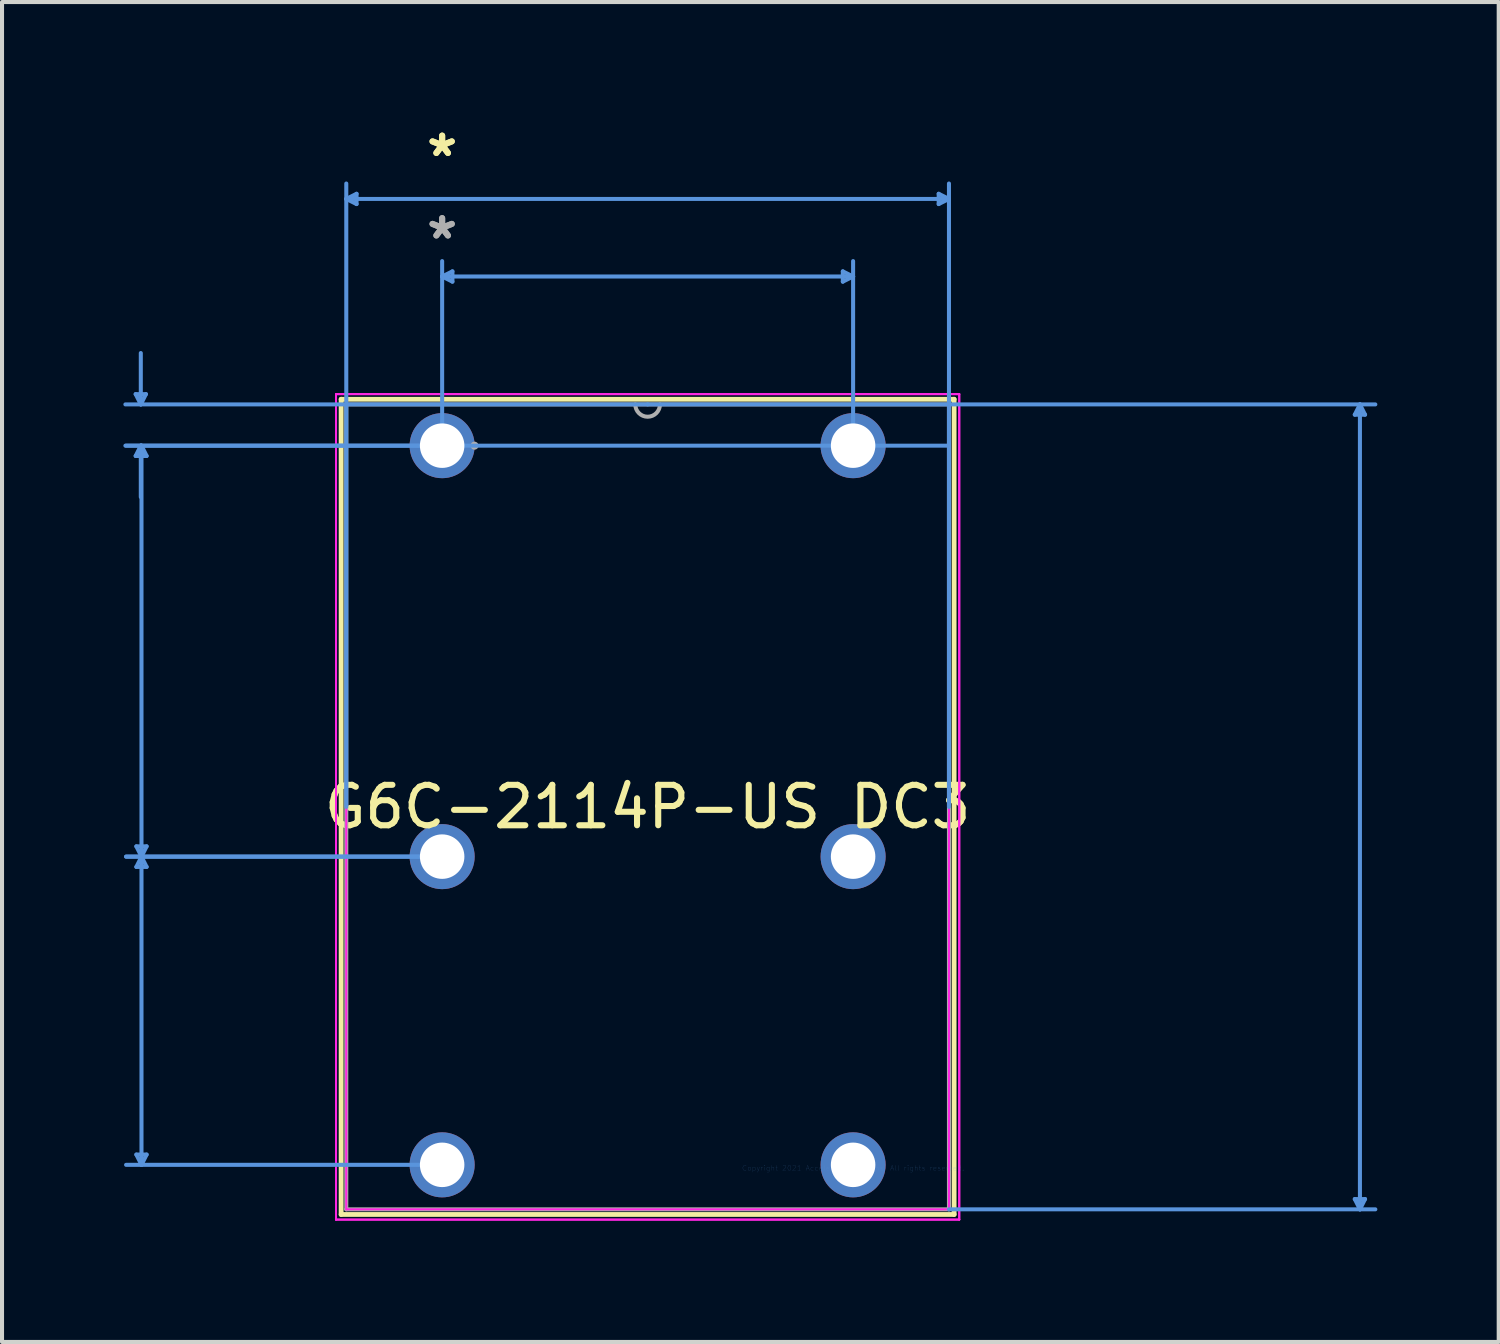
<source format=kicad_pcb>
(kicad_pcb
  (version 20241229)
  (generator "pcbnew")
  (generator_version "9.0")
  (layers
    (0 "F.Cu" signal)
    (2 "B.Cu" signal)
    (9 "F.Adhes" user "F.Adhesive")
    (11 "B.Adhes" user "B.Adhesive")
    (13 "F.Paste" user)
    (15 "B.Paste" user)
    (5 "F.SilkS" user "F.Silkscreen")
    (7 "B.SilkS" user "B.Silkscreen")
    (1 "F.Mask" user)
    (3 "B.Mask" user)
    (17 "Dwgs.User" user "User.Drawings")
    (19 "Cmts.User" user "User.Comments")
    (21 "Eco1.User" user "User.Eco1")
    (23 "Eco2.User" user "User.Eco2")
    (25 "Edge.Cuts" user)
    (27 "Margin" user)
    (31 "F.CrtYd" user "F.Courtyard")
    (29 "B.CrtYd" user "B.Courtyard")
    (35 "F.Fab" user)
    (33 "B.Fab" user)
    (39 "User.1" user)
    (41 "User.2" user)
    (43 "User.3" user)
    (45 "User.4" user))
  (footprint "G6C-2114P-US DC3"
    (layer "F.Cu")
    (at 18.041 25.828)
    (property "Reference" "G6C-2114P-US DC3" (at -5.08 -8.93 0) (layer "F.SilkS") (effects (font (size 1 1) (thickness 0.15))))
    (attr through_hole)
    (fp_line (start -12.657 -19.007) (end -12.657 1.147) (stroke (width 0.12) (type solid)) (layer "F.SilkS"))
    (fp_line (start -12.657 1.147) (end 2.497 1.147) (stroke (width 0.12) (type solid)) (layer "F.SilkS"))
    (fp_line (start 2.497 -19.007) (end -12.657 -19.007) (stroke (width 0.12) (type solid)) (layer "F.SilkS"))
    (fp_line (start 2.497 1.147) (end 2.497 -19.007) (stroke (width 0.12) (type solid)) (layer "F.SilkS"))
    (fp_line (start -17.737 -19.134) (end -17.483 -19.134) (stroke (width 0.1) (type solid)) (layer "Cmts.User"))
    (fp_line (start -17.737 -17.606) (end -17.483 -17.606) (stroke (width 0.1) (type solid)) (layer "Cmts.User"))
    (fp_line (start -17.72 -7.954) (end -17.593 -7.7) (stroke (width 0.1) (type solid)) (layer "Cmts.User"))
    (fp_line (start -17.72 -0.334) (end -17.593 -0.08) (stroke (width 0.1) (type solid)) (layer "Cmts.User"))
    (fp_line (start -17.72 -17.606) (end -17.593 -17.86) (stroke (width 0.1) (type solid)) (layer "Cmts.User"))
    (fp_line (start -17.72 -17.606) (end -17.466 -17.606) (stroke (width 0.1) (type solid)) (layer "Cmts.User"))
    (fp_line (start -17.72 -7.446) (end -17.593 -7.7) (stroke (width 0.1) (type solid)) (layer "Cmts.User"))
    (fp_line (start -17.72 -7.446) (end -17.466 -7.446) (stroke (width 0.1) (type solid)) (layer "Cmts.User"))
    (fp_line (start -17.61 -18.88) (end -17.737 -19.134) (stroke (width 0.1) (type solid)) (layer "Cmts.User"))
    (fp_line (start -17.61 -18.88) (end -17.61 -20.15) (stroke (width 0.1) (type solid)) (layer "Cmts.User"))
    (fp_line (start -17.61 -18.88) (end -17.483 -19.134) (stroke (width 0.1) (type solid)) (layer "Cmts.User"))
    (fp_line (start -17.61 -17.86) (end -17.737 -17.606) (stroke (width 0.1) (type solid)) (layer "Cmts.User"))
    (fp_line (start -17.61 -17.86) (end -17.61 -16.59) (stroke (width 0.1) (type solid)) (layer "Cmts.User"))
    (fp_line (start -17.61 -17.86) (end -17.483 -17.606) (stroke (width 0.1) (type solid)) (layer "Cmts.User"))
    (fp_line (start -17.593 -17.86) (end -17.593 -7.7) (stroke (width 0.1) (type solid)) (layer "Cmts.User"))
    (fp_line (start -17.593 -7.7) (end -17.593 -0.08) (stroke (width 0.1) (type solid)) (layer "Cmts.User"))
    (fp_line (start -17.466 -7.954) (end -17.72 -7.954) (stroke (width 0.1) (type solid)) (layer "Cmts.User"))
    (fp_line (start -17.466 -7.954) (end -17.593 -7.7) (stroke (width 0.1) (type solid)) (layer "Cmts.User"))
    (fp_line (start -17.466 -0.334) (end -17.72 -0.334) (stroke (width 0.1) (type solid)) (layer "Cmts.User"))
    (fp_line (start -17.466 -0.334) (end -17.593 -0.08) (stroke (width 0.1) (type solid)) (layer "Cmts.User"))
    (fp_line (start -17.466 -17.606) (end -17.593 -17.86) (stroke (width 0.1) (type solid)) (layer "Cmts.User"))
    (fp_line (start -17.466 -7.446) (end -17.593 -7.7) (stroke (width 0.1) (type solid)) (layer "Cmts.User"))
    (fp_line (start -12.53 -23.96) (end -12.276 -24.087) (stroke (width 0.1) (type solid)) (layer "Cmts.User"))
    (fp_line (start -12.53 -23.96) (end -12.276 -23.833) (stroke (width 0.1) (type solid)) (layer "Cmts.User"))
    (fp_line (start -12.53 -23.96) (end 2.37 -23.96) (stroke (width 0.1) (type solid)) (layer "Cmts.User"))
    (fp_line (start -12.53 -8.93) (end -12.53 -24.341) (stroke (width 0.1) (type solid)) (layer "Cmts.User"))
    (fp_line (start -12.276 -24.087) (end -12.276 -23.833) (stroke (width 0.1) (type solid)) (layer "Cmts.User"))
    (fp_line (start -10.16 -22.042) (end -0.000015 -22.042) (stroke (width 0.1) (type solid)) (layer "Cmts.User"))
    (fp_line (start -10.16 -17.86) (end -17.974 -17.86) (stroke (width 0.1) (type solid)) (layer "Cmts.User"))
    (fp_line (start -10.16 -17.86) (end -10.16 -22.423) (stroke (width 0.1) (type solid)) (layer "Cmts.User"))
    (fp_line (start -10.16 -7.7) (end -17.974 -7.7) (stroke (width 0.1) (type solid)) (layer "Cmts.User"))
    (fp_line (start -10.16 -7.7) (end -17.974 -7.7) (stroke (width 0.1) (type solid)) (layer "Cmts.User"))
    (fp_line (start -10.16 -0.08) (end -17.974 -0.08) (stroke (width 0.1) (type solid)) (layer "Cmts.User"))
    (fp_line (start -9.906 -22.169) (end -10.16 -22.042) (stroke (width 0.1) (type solid)) (layer "Cmts.User"))
    (fp_line (start -9.906 -21.915) (end -10.16 -22.042) (stroke (width 0.1) (type solid)) (layer "Cmts.User"))
    (fp_line (start -9.906 -21.915) (end -9.906 -22.169) (stroke (width 0.1) (type solid)) (layer "Cmts.User"))
    (fp_line (start -5.08 -18.88) (end -17.991 -18.88) (stroke (width 0.1) (type solid)) (layer "Cmts.User"))
    (fp_line (start -5.08 -18.88) (end 12.911 -18.88) (stroke (width 0.1) (type solid)) (layer "Cmts.User"))
    (fp_line (start -0.254 -22.169) (end -0.254 -21.915) (stroke (width 0.1) (type solid)) (layer "Cmts.User"))
    (fp_line (start -0.254 -22.169) (end -0.000015 -22.042) (stroke (width 0.1) (type solid)) (layer "Cmts.User"))
    (fp_line (start -0.254 -21.915) (end -0.000015 -22.042) (stroke (width 0.1) (type solid)) (layer "Cmts.User"))
    (fp_line (start 0 -17.86) (end -0.000017 -22.423) (stroke (width 0.1) (type solid)) (layer "Cmts.User"))
    (fp_line (start 2.116 -24.087) (end 2.116 -23.833) (stroke (width 0.1) (type solid)) (layer "Cmts.User"))
    (fp_line (start 2.37 -23.96) (end 2.116 -24.087) (stroke (width 0.1) (type solid)) (layer "Cmts.User"))
    (fp_line (start 2.37 -23.96) (end 2.116 -23.833) (stroke (width 0.1) (type solid)) (layer "Cmts.User"))
    (fp_line (start 2.37 -17.86) (end -17.991 -17.86) (stroke (width 0.1) (type solid)) (layer "Cmts.User"))
    (fp_line (start 2.37 -8.93) (end 2.37 -24.341) (stroke (width 0.1) (type solid)) (layer "Cmts.User"))
    (fp_line (start 2.37 1.02) (end 12.911 1.02) (stroke (width 0.1) (type solid)) (layer "Cmts.User"))
    (fp_line (start 12.403 -18.626) (end 12.657 -18.626) (stroke (width 0.1) (type solid)) (layer "Cmts.User"))
    (fp_line (start 12.403 0.766) (end 12.657 0.766) (stroke (width 0.1) (type solid)) (layer "Cmts.User"))
    (fp_line (start 12.53 -18.88) (end 12.403 -18.626) (stroke (width 0.1) (type solid)) (layer "Cmts.User"))
    (fp_line (start 12.53 -18.88) (end 12.53 1.02) (stroke (width 0.1) (type solid)) (layer "Cmts.User"))
    (fp_line (start 12.53 -18.88) (end 12.657 -18.626) (stroke (width 0.1) (type solid)) (layer "Cmts.User"))
    (fp_line (start 12.53 1.02) (end 12.403 0.766) (stroke (width 0.1) (type solid)) (layer "Cmts.User"))
    (fp_line (start 12.53 1.02) (end 12.657 0.766) (stroke (width 0.1) (type solid)) (layer "Cmts.User"))
    (fp_line (start -12.784 -19.134) (end 2.624 -19.134) (stroke (width 0.05) (type solid)) (layer "F.CrtYd"))
    (fp_line (start -12.784 -19.134) (end 2.624 -19.134) (stroke (width 0.05) (type solid)) (layer "F.CrtYd"))
    (fp_line (start -12.784 1.274) (end -12.784 -19.134) (stroke (width 0.05) (type solid)) (layer "F.CrtYd"))
    (fp_line (start -12.784 1.274) (end -12.784 -19.134) (stroke (width 0.05) (type solid)) (layer "F.CrtYd"))
    (fp_line (start -12.53 -18.88) (end 2.37 -18.88) (stroke (width 0.05) (type solid)) (layer "F.CrtYd"))
    (fp_line (start -12.53 1.02) (end -12.53 -18.88) (stroke (width 0.05) (type solid)) (layer "F.CrtYd"))
    (fp_line (start 2.37 -18.88) (end 2.37 1.02) (stroke (width 0.05) (type solid)) (layer "F.CrtYd"))
    (fp_line (start 2.37 1.02) (end -12.53 1.02) (stroke (width 0.05) (type solid)) (layer "F.CrtYd"))
    (fp_line (start 2.624 -19.134) (end 2.624 1.274) (stroke (width 0.05) (type solid)) (layer "F.CrtYd"))
    (fp_line (start 2.624 -19.134) (end 2.624 1.274) (stroke (width 0.05) (type solid)) (layer "F.CrtYd"))
    (fp_line (start 2.624 1.274) (end -12.784 1.274) (stroke (width 0.05) (type solid)) (layer "F.CrtYd"))
    (fp_line (start 2.624 1.274) (end -12.784 1.274) (stroke (width 0.05) (type solid)) (layer "F.CrtYd"))
    (fp_line (start -12.53 -18.88) (end -12.53 1.02) (stroke (width 0.1) (type solid)) (layer "F.Fab"))
    (fp_line (start -12.53 1.02) (end 2.37 1.02) (stroke (width 0.1) (type solid)) (layer "F.Fab"))
    (fp_line (start 2.37 -18.88) (end -12.53 -18.88) (stroke (width 0.1) (type solid)) (layer "F.Fab"))
    (fp_line (start 2.37 1.02) (end 2.37 -18.88) (stroke (width 0.1) (type solid)) (layer "F.Fab"))
    (fp_arc (start -4.7752 -18.880001) (mid -5.08 -18.575201) (end -5.3848 -18.880001) (stroke (width 0.1) (type solid)) (layer "F.Fab"))
    (fp_circle (center -9.36 -17.86) (end -9.36 -17.86) (stroke (width 0.1) (type solid)) (fill no) (layer "F.Fab"))
    (fp_text user "*" (at -10.16 -24.98 0) (layer "F.SilkS") (effects (font (size 1 1) (thickness 0.15))))
    (fp_text user "*" (at -10.16 -24.98 0) (layer "F.SilkS") (effects (font (size 1 1) (thickness 0.15))))
    (fp_text user "Copyright 2021 Accelerated Designs. All rights reserved." (at 0 0 0) (layer "Cmts.User") (effects (font (size 0.127 0.127) (thickness 0.002))))
    (fp_text user "*" (at -10.16 -22.94 0) (layer "F.Fab") (effects (font (size 1 1) (thickness 0.15))))
    (fp_text user "*" (at -10.16 -22.94 0) (layer "F.Fab") (effects (font (size 1 1) (thickness 0.15))))
    (pad "1" thru_hole circle (at -10.16 -17.86) (size 1.608 1.608) (drill 1.1) (layers "*.Cu" "*.Mask"))
    (pad "3" thru_hole circle (at -10.16 -7.7) (size 1.608 1.608) (drill 1.1) (layers "*.Cu" "*.Mask"))
    (pad "4" thru_hole circle (at -10.16 -0.08) (size 1.608 1.608) (drill 1.1) (layers "*.Cu" "*.Mask"))
    (pad "5" thru_hole circle (at 0 -0.08) (size 1.608 1.608) (drill 1.1) (layers "*.Cu" "*.Mask"))
    (pad "6" thru_hole circle (at 0 -7.7) (size 1.608 1.608) (drill 1.1) (layers "*.Cu" "*.Mask"))
    (pad "8" thru_hole circle (at 0 -17.86) (size 1.608 1.608) (drill 1.1) (layers "*.Cu" "*.Mask")))
  (gr_rect
    (start -3 -3)
    (end 34.002 30.127)
    (stroke (width 0.1) (type default))
    (fill no)
    (layer "Edge.Cuts")))
</source>
